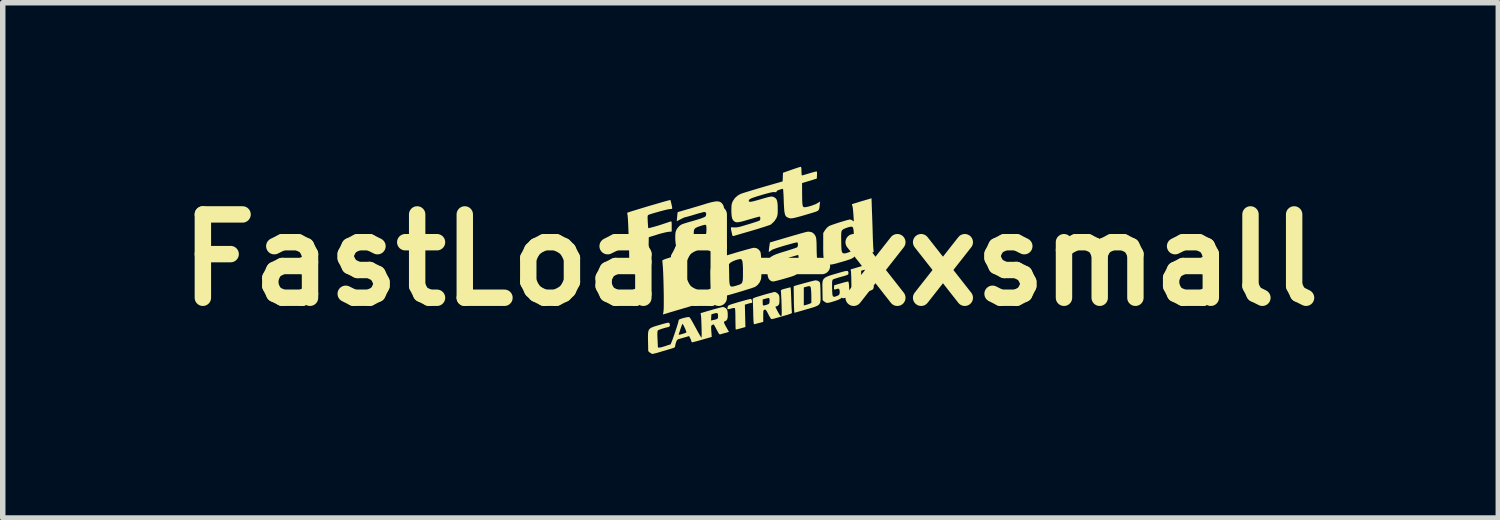
<source format=kicad_pcb>
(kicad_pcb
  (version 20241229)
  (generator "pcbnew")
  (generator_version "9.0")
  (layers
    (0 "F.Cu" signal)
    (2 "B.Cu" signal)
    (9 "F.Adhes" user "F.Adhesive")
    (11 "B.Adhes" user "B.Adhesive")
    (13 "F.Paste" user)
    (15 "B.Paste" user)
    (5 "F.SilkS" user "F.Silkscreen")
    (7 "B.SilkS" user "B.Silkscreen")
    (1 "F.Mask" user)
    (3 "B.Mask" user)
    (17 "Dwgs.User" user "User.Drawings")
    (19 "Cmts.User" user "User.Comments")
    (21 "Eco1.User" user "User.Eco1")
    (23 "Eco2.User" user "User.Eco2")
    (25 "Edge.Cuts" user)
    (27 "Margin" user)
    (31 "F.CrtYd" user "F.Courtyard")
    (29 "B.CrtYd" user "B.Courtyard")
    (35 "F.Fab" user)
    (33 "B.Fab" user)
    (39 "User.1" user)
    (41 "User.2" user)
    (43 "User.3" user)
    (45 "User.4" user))
  (footprint "FastLoad-xxsmall"
    (layer "F.Cu")
    (at 10.675 1.706)
    (property "Reference" "FastLoad-xxsmall" (at 0 0 0) (layer "F.SilkS") (effects (font (size 1.524 1.524) (thickness 0.3))))
    (attr board_only exclude_from_pos_files exclude_from_bom)
    (fp_poly (pts (xy 0.017 0.719) (xy 0.025 0.734) (xy 0.031 0.765) (xy 0.027 0.781) (xy 0.018 0.784) (xy 0.000167 0.787) (xy -0.03 0.794) (xy -0.049 0.8) (xy -0.103 0.816) (xy -0.093 1.225) (xy -0.177 1.248) (xy -0.217 1.259) (xy -0.249 1.267) (xy -0.267 1.271) (xy -0.269 1.272) (xy -0.271 1.262) (xy -0.273 1.234) (xy -0.274 1.191) (xy -0.275 1.138) (xy -0.276 1.083) (xy -0.276 1.022) (xy -0.277 0.967) (xy -0.279 0.923) (xy -0.282 0.894) (xy -0.284 0.882) (xy -0.294 0.876) (xy -0.313 0.877) (xy -0.347 0.885) (xy -0.353 0.887) (xy -0.386 0.895) (xy -0.411 0.898) (xy -0.42 0.897) (xy -0.422 0.883) (xy -0.418 0.859) (xy -0.418 0.857) (xy -0.414 0.846) (xy -0.408 0.836) (xy -0.396 0.827) (xy -0.378 0.819) (xy -0.348 0.808) (xy -0.305 0.795) (xy -0.246 0.777) (xy -0.212 0.767) (xy -0.15 0.75) (xy -0.094 0.734) (xy -0.048 0.722) (xy -0.015 0.714) (xy 0.001 0.71) (xy 0.001 0.71)) (stroke (width 0) (type solid)) (fill yes) (layer "F.SilkS"))
    (fp_poly (pts (xy 1.226 0.377) (xy 1.252 0.391) (xy 1.261 0.399) (xy 1.268 0.409) (xy 1.272 0.423) (xy 1.275 0.446) (xy 1.277 0.48) (xy 1.279 0.529) (xy 1.28 0.595) (xy 1.28 0.596) (xy 1.282 0.665) (xy 1.282 0.719) (xy 1.278 0.76) (xy 1.269 0.791) (xy 1.252 0.815) (xy 1.225 0.834) (xy 1.185 0.852) (xy 1.13 0.87) (xy 1.059 0.891) (xy 1.022 0.901) (xy 0.959 0.92) (xy 0.902 0.936) (xy 0.855 0.95) (xy 0.822 0.959) (xy 0.805 0.964) (xy 0.803 0.964) (xy 0.801 0.954) (xy 0.799 0.926) (xy 0.797 0.882) (xy 0.795 0.829) (xy 0.975 0.829) (xy 1.006 0.823) (xy 1.038 0.814) (xy 1.073 0.802) (xy 1.075 0.801) (xy 1.113 0.785) (xy 1.113 0.68) (xy 1.112 0.629) (xy 1.11 0.579) (xy 1.107 0.539) (xy 1.106 0.526) (xy 1.1 0.496) (xy 1.089 0.48) (xy 1.069 0.477) (xy 1.035 0.484) (xy 1.016 0.489) (xy 0.975 0.501) (xy 0.975 0.829) (xy 0.795 0.829) (xy 0.795 0.826) (xy 0.793 0.761) (xy 0.793 0.723) (xy 0.792 0.654) (xy 0.791 0.593) (xy 0.79 0.542) (xy 0.79 0.504) (xy 0.79 0.483) (xy 0.79 0.48) (xy 0.8 0.475) (xy 0.827 0.466) (xy 0.867 0.455) (xy 0.916 0.441) (xy 0.97 0.426) (xy 1.026 0.411) (xy 1.079 0.397) (xy 1.126 0.385) (xy 1.164 0.376) (xy 1.188 0.371) (xy 1.193 0.371)) (stroke (width 0) (type solid)) (fill yes) (layer "F.SilkS"))
    (fp_poly (pts (xy -1.226 -0.111) (xy -1.228 -0.091) (xy -1.231 -0.077) (xy -1.233 -0.059) (xy -1.235 -0.024) (xy -1.236 0.026) (xy -1.236 0.088) (xy -1.236 0.159) (xy -1.236 0.236) (xy -1.235 0.315) (xy -1.234 0.395) (xy -1.233 0.472) (xy -1.232 0.543) (xy -1.23 0.605) (xy -1.228 0.656) (xy -1.226 0.692) (xy -1.224 0.71) (xy -1.223 0.711) (xy -1.211 0.712) (xy -1.183 0.707) (xy -1.142 0.697) (xy -1.092 0.683) (xy -1.038 0.666) (xy -0.981 0.648) (xy -0.927 0.63) (xy -0.879 0.612) (xy -0.841 0.597) (xy -0.816 0.584) (xy -0.811 0.581) (xy -0.781 0.557) (xy -0.788 0.635) (xy -0.791 0.673) (xy -0.794 0.702) (xy -0.8 0.725) (xy -0.81 0.743) (xy -0.827 0.757) (xy -0.854 0.771) (xy -0.893 0.785) (xy -0.946 0.801) (xy -1.017 0.821) (xy -1.047 0.83) (xy -1.127 0.854) (xy -1.212 0.879) (xy -1.295 0.904) (xy -1.371 0.926) (xy -1.433 0.945) (xy -1.445 0.948) (xy -1.602 0.995) (xy -1.593 0.956) (xy -1.59 0.929) (xy -1.587 0.884) (xy -1.586 0.823) (xy -1.586 0.751) (xy -1.586 0.669) (xy -1.587 0.581) (xy -1.589 0.489) (xy -1.591 0.397) (xy -1.594 0.308) (xy -1.597 0.224) (xy -1.601 0.149) (xy -1.606 0.085) (xy -1.61 0.036) (xy -1.613 0.017) (xy -1.612 0.009) (xy -1.604 0.001) (xy -1.587 -0.008) (xy -1.558 -0.019) (xy -1.515 -0.033) (xy -1.455 -0.052) (xy -1.431 -0.059) (xy -1.371 -0.077) (xy -1.318 -0.093) (xy -1.274 -0.105) (xy -1.245 -0.113) (xy -1.233 -0.116)) (stroke (width 0) (type solid)) (fill yes) (layer "F.SilkS"))
    (fp_poly (pts (xy 2.231 0.056) (xy 2.235 0.067) (xy 2.24 0.091) (xy 2.241 0.095) (xy 2.248 0.132) (xy 2.024 0.195) (xy 2.024 0.257) (xy 2.025 0.29) (xy 2.028 0.312) (xy 2.032 0.318) (xy 2.045 0.315) (xy 2.073 0.307) (xy 2.111 0.296) (xy 2.125 0.292) (xy 2.173 0.277) (xy 2.205 0.269) (xy 2.224 0.268) (xy 2.233 0.274) (xy 2.236 0.288) (xy 2.236 0.301) (xy 2.235 0.322) (xy 2.228 0.335) (xy 2.211 0.344) (xy 2.179 0.354) (xy 2.175 0.355) (xy 2.118 0.371) (xy 2.078 0.383) (xy 2.052 0.393) (xy 2.037 0.404) (xy 2.03 0.417) (xy 2.027 0.435) (xy 2.026 0.459) (xy 2.025 0.488) (xy 2.027 0.506) (xy 2.035 0.516) (xy 2.053 0.517) (xy 2.085 0.511) (xy 2.132 0.498) (xy 2.153 0.492) (xy 2.195 0.481) (xy 2.229 0.473) (xy 2.25 0.47) (xy 2.255 0.471) (xy 2.256 0.484) (xy 2.251 0.508) (xy 2.25 0.511) (xy 2.246 0.524) (xy 2.24 0.534) (xy 2.228 0.543) (xy 2.208 0.553) (xy 2.177 0.564) (xy 2.131 0.578) (xy 2.071 0.595) (xy 2.013 0.613) (xy 1.959 0.628) (xy 1.916 0.641) (xy 1.885 0.649) (xy 1.875 0.652) (xy 1.847 0.658) (xy 1.845 0.448) (xy 1.844 0.381) (xy 1.843 0.32) (xy 1.841 0.267) (xy 1.839 0.228) (xy 1.837 0.206) (xy 1.837 0.205) (xy 1.831 0.171) (xy 1.909 0.148) (xy 1.952 0.135) (xy 2.008 0.119) (xy 2.067 0.101) (xy 2.108 0.089) (xy 2.155 0.075) (xy 2.194 0.064) (xy 2.221 0.057) (xy 2.231 0.056)) (stroke (width 0) (type solid)) (fill yes) (layer "F.SilkS"))
    (fp_poly (pts (xy 1.784 0.207) (xy 1.79 0.223) (xy 1.791 0.244) (xy 1.789 0.255) (xy 1.784 0.264) (xy 1.77 0.272) (xy 1.745 0.281) (xy 1.706 0.293) (xy 1.658 0.306) (xy 1.607 0.321) (xy 1.562 0.335) (xy 1.528 0.346) (xy 1.509 0.355) (xy 1.508 0.355) (xy 1.501 0.363) (xy 1.496 0.377) (xy 1.493 0.399) (xy 1.492 0.435) (xy 1.492 0.486) (xy 1.493 0.51) (xy 1.494 0.575) (xy 1.497 0.621) (xy 1.503 0.651) (xy 1.513 0.667) (xy 1.527 0.672) (xy 1.548 0.669) (xy 1.568 0.662) (xy 1.604 0.647) (xy 1.623 0.631) (xy 1.631 0.606) (xy 1.632 0.583) (xy 1.628 0.546) (xy 1.618 0.527) (xy 1.597 0.523) (xy 1.578 0.528) (xy 1.548 0.538) (xy 1.532 0.537) (xy 1.527 0.523) (xy 1.528 0.501) (xy 1.531 0.461) (xy 1.648 0.427) (xy 1.696 0.413) (xy 1.737 0.402) (xy 1.768 0.395) (xy 1.781 0.393) (xy 1.789 0.395) (xy 1.794 0.406) (xy 1.798 0.428) (xy 1.802 0.465) (xy 1.805 0.519) (xy 1.805 0.525) (xy 1.808 0.577) (xy 1.809 0.62) (xy 1.808 0.652) (xy 1.807 0.667) (xy 1.807 0.668) (xy 1.794 0.675) (xy 1.767 0.684) (xy 1.741 0.69) (xy 1.705 0.697) (xy 1.685 0.698) (xy 1.677 0.692) (xy 1.677 0.691) (xy 1.668 0.687) (xy 1.655 0.7) (xy 1.638 0.711) (xy 1.606 0.726) (xy 1.564 0.742) (xy 1.517 0.757) (xy 1.471 0.771) (xy 1.431 0.78) (xy 1.403 0.784) (xy 1.402 0.784) (xy 1.379 0.777) (xy 1.352 0.761) (xy 1.349 0.759) (xy 1.319 0.733) (xy 1.316 0.554) (xy 1.315 0.491) (xy 1.314 0.441) (xy 1.317 0.401) (xy 1.325 0.369) (xy 1.339 0.344) (xy 1.363 0.322) (xy 1.397 0.304) (xy 1.444 0.285) (xy 1.506 0.266) (xy 1.585 0.243) (xy 1.657 0.222) (xy 1.711 0.207) (xy 1.748 0.2) (xy 1.772 0.199)) (stroke (width 0) (type solid)) (fill yes) (layer "F.SilkS"))
    (fp_poly (pts (xy 0.112 -0.217) (xy 0.152 -0.191) (xy 0.18 -0.153) (xy 0.186 -0.131) (xy 0.191 -0.091) (xy 0.195 -0.039) (xy 0.198 0.022) (xy 0.2 0.088) (xy 0.201 0.156) (xy 0.201 0.22) (xy 0.199 0.277) (xy 0.196 0.323) (xy 0.191 0.354) (xy 0.19 0.356) (xy 0.168 0.407) (xy 0.133 0.453) (xy 0.091 0.486) (xy 0.082 0.491) (xy 0.058 0.5) (xy 0.016 0.515) (xy -0.038 0.532) (xy -0.103 0.552) (xy -0.174 0.574) (xy -0.248 0.596) (xy -0.323 0.618) (xy -0.394 0.638) (xy -0.458 0.656) (xy -0.512 0.67) (xy -0.553 0.68) (xy -0.577 0.684) (xy -0.578 0.684) (xy -0.63 0.683) (xy -0.658 0.673) (xy -0.678 0.659) (xy -0.694 0.638) (xy -0.706 0.608) (xy -0.714 0.567) (xy -0.721 0.511) (xy -0.725 0.439) (xy -0.728 0.371) (xy -0.73 0.298) (xy -0.731 0.243) (xy -0.73 0.201) (xy -0.728 0.17) (xy -0.723 0.145) (xy -0.717 0.122) (xy -0.717 0.121) (xy -0.696 0.075) (xy -0.394 0.075) (xy -0.39 0.264) (xy -0.389 0.341) (xy -0.386 0.4) (xy -0.381 0.441) (xy -0.372 0.468) (xy -0.358 0.482) (xy -0.337 0.486) (xy -0.308 0.481) (xy -0.269 0.471) (xy -0.255 0.466) (xy -0.215 0.454) (xy -0.185 0.442) (xy -0.164 0.428) (xy -0.151 0.407) (xy -0.143 0.377) (xy -0.139 0.335) (xy -0.138 0.277) (xy -0.138 0.223) (xy -0.138 0.144) (xy -0.141 0.085) (xy -0.145 0.041) (xy -0.151 0.012) (xy -0.161 -0.007) (xy -0.173 -0.017) (xy -0.175 -0.017) (xy -0.196 -0.018) (xy -0.23 -0.011) (xy -0.271 0.001) (xy -0.311 0.017) (xy -0.346 0.034) (xy -0.368 0.049) (xy -0.394 0.075) (xy -0.696 0.075) (xy -0.692 0.067) (xy -0.657 0.019) (xy -0.618 -0.018) (xy -0.602 -0.027) (xy -0.581 -0.036) (xy -0.542 -0.05) (xy -0.49 -0.067) (xy -0.428 -0.087) (xy -0.359 -0.108) (xy -0.285 -0.13) (xy -0.211 -0.152) (xy -0.14 -0.172) (xy -0.074 -0.191) (xy -0.017 -0.206) (xy 0.027 -0.218) (xy 0.057 -0.224) (xy 0.065 -0.225)) (stroke (width 0) (type solid)) (fill yes) (layer "F.SilkS"))
    (fp_poly (pts (xy -1.466 -1.099) (xy -1.461 -1.086) (xy -1.454 -1.059) (xy -1.446 -1.025) (xy -1.438 -0.99) (xy -1.433 -0.961) (xy -1.431 -0.946) (xy -1.44 -0.936) (xy -1.468 -0.933) (xy -1.473 -0.932) (xy -1.495 -0.93) (xy -1.533 -0.922) (xy -1.582 -0.91) (xy -1.639 -0.895) (xy -1.697 -0.879) (xy -1.754 -0.863) (xy -1.804 -0.848) (xy -1.843 -0.835) (xy -1.866 -0.826) (xy -1.867 -0.825) (xy -1.875 -0.819) (xy -1.88 -0.807) (xy -1.882 -0.785) (xy -1.881 -0.75) (xy -1.879 -0.702) (xy -1.876 -0.655) (xy -1.873 -0.617) (xy -1.871 -0.592) (xy -1.869 -0.584) (xy -1.858 -0.585) (xy -1.829 -0.591) (xy -1.788 -0.602) (xy -1.737 -0.616) (xy -1.68 -0.633) (xy -1.621 -0.652) (xy -1.589 -0.663) (xy -1.543 -0.678) (xy -1.502 -0.692) (xy -1.472 -0.702) (xy -1.46 -0.706) (xy -1.451 -0.707) (xy -1.445 -0.701) (xy -1.442 -0.683) (xy -1.441 -0.65) (xy -1.441 -0.617) (xy -1.441 -0.522) (xy -1.502 -0.516) (xy -1.535 -0.511) (xy -1.582 -0.5) (xy -1.638 -0.486) (xy -1.697 -0.469) (xy -1.711 -0.464) (xy -1.86 -0.418) (xy -1.863 -0.265) (xy -1.863 -0.193) (xy -1.862 -0.136) (xy -1.858 -0.09) (xy -1.851 -0.049) (xy -1.843 -0.011) (xy -1.847 -0.002) (xy -1.865 0.009) (xy -1.9 0.022) (xy -1.953 0.039) (xy -1.955 0.04) (xy -2.013 0.057) (xy -2.073 0.076) (xy -2.127 0.092) (xy -2.154 0.1) (xy -2.236 0.125) (xy -2.23 0.097) (xy -2.223 0.07) (xy -2.219 0.054) (xy -2.218 0.038) (xy -2.217 0.005) (xy -2.218 -0.045) (xy -2.219 -0.107) (xy -2.22 -0.179) (xy -2.222 -0.258) (xy -2.225 -0.341) (xy -2.228 -0.425) (xy -2.231 -0.508) (xy -2.234 -0.587) (xy -2.237 -0.658) (xy -2.24 -0.72) (xy -2.243 -0.769) (xy -2.246 -0.802) (xy -2.247 -0.815) (xy -2.253 -0.843) (xy -2.254 -0.862) (xy -2.253 -0.865) (xy -2.242 -0.87) (xy -2.213 -0.88) (xy -2.169 -0.894) (xy -2.113 -0.911) (xy -2.047 -0.931) (xy -1.975 -0.953) (xy -1.899 -0.976) (xy -1.822 -0.999) (xy -1.745 -1.021) (xy -1.673 -1.042) (xy -1.608 -1.061) (xy -1.551 -1.077) (xy -1.507 -1.089) (xy -1.478 -1.096) (xy -1.466 -1.099)) (stroke (width 0) (type solid)) (fill yes) (layer "F.SilkS"))
    (fp_poly (pts (xy 2.219 -0.96) (xy 2.221 -0.902) (xy 2.224 -0.827) (xy 2.227 -0.742) (xy 2.23 -0.651) (xy 2.233 -0.559) (xy 2.235 -0.487) (xy 2.237 -0.409) (xy 2.24 -0.336) (xy 2.243 -0.272) (xy 2.246 -0.22) (xy 2.249 -0.184) (xy 2.251 -0.165) (xy 2.251 -0.163) (xy 2.253 -0.154) (xy 2.248 -0.147) (xy 2.236 -0.138) (xy 2.211 -0.129) (xy 2.173 -0.116) (xy 2.117 -0.099) (xy 2.111 -0.097) (xy 2.058 -0.081) (xy 2.012 -0.068) (xy 1.976 -0.059) (xy 1.956 -0.053) (xy 1.953 -0.053) (xy 1.942 -0.062) (xy 1.936 -0.076) (xy 1.931 -0.089) (xy 1.924 -0.089) (xy 1.91 -0.075) (xy 1.902 -0.066) (xy 1.889 -0.051) (xy 1.872 -0.039) (xy 1.851 -0.027) (xy 1.82 -0.014) (xy 1.778 0.000228) (xy 1.722 0.018) (xy 1.649 0.039) (xy 1.638 0.042) (xy 1.569 0.062) (xy 1.516 0.075) (xy 1.476 0.082) (xy 1.445 0.083) (xy 1.421 0.078) (xy 1.399 0.069) (xy 1.393 0.065) (xy 1.374 0.052) (xy 1.359 0.036) (xy 1.348 0.015) (xy 1.34 -0.013) (xy 1.335 -0.051) (xy 1.332 -0.103) (xy 1.33 -0.171) (xy 1.33 -0.256) (xy 1.33 -0.431) (xy 1.658 -0.431) (xy 1.659 -0.375) (xy 1.66 -0.302) (xy 1.661 -0.252) (xy 1.664 -0.193) (xy 1.671 -0.153) (xy 1.685 -0.129) (xy 1.709 -0.121) (xy 1.745 -0.125) (xy 1.797 -0.142) (xy 1.819 -0.15) (xy 1.846 -0.161) (xy 1.867 -0.174) (xy 1.881 -0.192) (xy 1.89 -0.217) (xy 1.895 -0.252) (xy 1.896 -0.301) (xy 1.894 -0.366) (xy 1.893 -0.411) (xy 1.889 -0.484) (xy 1.886 -0.537) (xy 1.88 -0.574) (xy 1.872 -0.598) (xy 1.859 -0.609) (xy 1.84 -0.611) (xy 1.814 -0.607) (xy 1.785 -0.599) (xy 1.744 -0.585) (xy 1.708 -0.569) (xy 1.686 -0.556) (xy 1.677 -0.547) (xy 1.67 -0.537) (xy 1.664 -0.523) (xy 1.661 -0.502) (xy 1.659 -0.472) (xy 1.658 -0.431) (xy 1.33 -0.431) (xy 1.33 -0.494) (xy 1.362 -0.546) (xy 1.395 -0.588) (xy 1.432 -0.619) (xy 1.436 -0.622) (xy 1.46 -0.632) (xy 1.498 -0.646) (xy 1.547 -0.663) (xy 1.602 -0.681) (xy 1.659 -0.699) (xy 1.713 -0.715) (xy 1.761 -0.729) (xy 1.798 -0.738) (xy 1.819 -0.742) (xy 1.82 -0.742) (xy 1.843 -0.736) (xy 1.864 -0.724) (xy 1.89 -0.706) (xy 1.882 -0.836) (xy 1.878 -0.888) (xy 1.873 -0.935) (xy 1.868 -0.971) (xy 1.863 -0.991) (xy 1.856 -1.011) (xy 1.855 -1.021) (xy 1.866 -1.025) (xy 1.894 -1.034) (xy 1.936 -1.047) (xy 1.988 -1.063) (xy 2.036 -1.078) (xy 2.213 -1.13)) (stroke (width 0) (type solid)) (fill yes) (layer "F.SilkS"))
    (fp_poly (pts (xy 0.734 0.508) (xy 0.737 0.536) (xy 0.74 0.579) (xy 0.742 0.634) (xy 0.745 0.698) (xy 0.745 0.719) (xy 0.748 0.787) (xy 0.75 0.847) (xy 0.753 0.898) (xy 0.755 0.935) (xy 0.758 0.955) (xy 0.758 0.957) (xy 0.756 0.969) (xy 0.737 0.98) (xy 0.713 0.989) (xy 0.676 1.001) (xy 0.629 1.015) (xy 0.576 1.03) (xy 0.523 1.045) (xy 0.473 1.059) (xy 0.43 1.071) (xy 0.399 1.078) (xy 0.385 1.081) (xy 0.374 1.072) (xy 0.357 1.048) (xy 0.338 1.015) (xy 0.333 1.004) (xy 0.31 0.959) (xy 0.293 0.93) (xy 0.281 0.913) (xy 0.27 0.907) (xy 0.258 0.907) (xy 0.254 0.908) (xy 0.245 0.913) (xy 0.238 0.922) (xy 0.235 0.941) (xy 0.233 0.972) (xy 0.233 1.021) (xy 0.233 1.131) (xy 0.167 1.148) (xy 0.128 1.158) (xy 0.096 1.167) (xy 0.078 1.172) (xy 0.071 1.173) (xy 0.065 1.171) (xy 0.061 1.163) (xy 0.058 1.147) (xy 0.055 1.119) (xy 0.053 1.077) (xy 0.051 1.019) (xy 0.05 0.957) (xy 0.048 0.89) (xy 0.046 0.829) (xy 0.044 0.778) (xy 0.043 0.772) (xy 0.223 0.772) (xy 0.224 0.803) (xy 0.227 0.824) (xy 0.229 0.829) (xy 0.242 0.83) (xy 0.267 0.826) (xy 0.298 0.817) (xy 0.325 0.807) (xy 0.331 0.804) (xy 0.344 0.789) (xy 0.349 0.759) (xy 0.35 0.747) (xy 0.348 0.718) (xy 0.343 0.698) (xy 0.34 0.695) (xy 0.326 0.694) (xy 0.298 0.7) (xy 0.277 0.705) (xy 0.223 0.721) (xy 0.223 0.772) (xy 0.043 0.772) (xy 0.042 0.74) (xy 0.041 0.719) (xy 0.04 0.716) (xy 0.041 0.709) (xy 0.049 0.701) (xy 0.066 0.692) (xy 0.094 0.681) (xy 0.136 0.668) (xy 0.196 0.65) (xy 0.228 0.64) (xy 0.29 0.622) (xy 0.346 0.607) (xy 0.393 0.595) (xy 0.426 0.586) (xy 0.443 0.583) (xy 0.467 0.59) (xy 0.493 0.609) (xy 0.499 0.614) (xy 0.515 0.631) (xy 0.524 0.649) (xy 0.528 0.672) (xy 0.53 0.708) (xy 0.53 0.725) (xy 0.529 0.769) (xy 0.525 0.798) (xy 0.517 0.816) (xy 0.509 0.827) (xy 0.488 0.842) (xy 0.472 0.848) (xy 0.457 0.851) (xy 0.456 0.853) (xy 0.46 0.867) (xy 0.473 0.893) (xy 0.49 0.926) (xy 0.508 0.959) (xy 0.524 0.987) (xy 0.532 0.999) (xy 0.546 1.017) (xy 0.556 1.026) (xy 0.564 1.024) (xy 0.569 1.01) (xy 0.571 0.98) (xy 0.571 0.935) (xy 0.57 0.872) (xy 0.568 0.808) (xy 0.566 0.741) (xy 0.563 0.68) (xy 0.56 0.628) (xy 0.558 0.59) (xy 0.556 0.569) (xy 0.555 0.567) (xy 0.555 0.556) (xy 0.563 0.547) (xy 0.582 0.538) (xy 0.617 0.527) (xy 0.638 0.522) (xy 0.678 0.511) (xy 0.711 0.503) (xy 0.73 0.498) (xy 0.732 0.498)) (stroke (width 0) (type solid)) (fill yes) (layer "F.SilkS"))
    (fp_poly (pts (xy 1.119 -0.51) (xy 1.16 -0.482) (xy 1.187 -0.442) (xy 1.196 -0.42) (xy 1.202 -0.394) (xy 1.205 -0.36) (xy 1.208 -0.313) (xy 1.209 -0.25) (xy 1.209 -0.244) (xy 1.21 -0.165) (xy 1.213 -0.088) (xy 1.217 -0.017) (xy 1.221 0.045) (xy 1.227 0.095) (xy 1.232 0.127) (xy 1.234 0.133) (xy 1.235 0.143) (xy 1.231 0.151) (xy 1.218 0.159) (xy 1.193 0.168) (xy 1.153 0.181) (xy 1.105 0.195) (xy 1.052 0.211) (xy 1.004 0.225) (xy 0.966 0.236) (xy 0.942 0.243) (xy 0.94 0.244) (xy 0.92 0.248) (xy 0.911 0.246) (xy 0.906 0.231) (xy 0.902 0.225) (xy 0.893 0.22) (xy 0.876 0.229) (xy 0.857 0.246) (xy 0.842 0.26) (xy 0.823 0.272) (xy 0.799 0.284) (xy 0.764 0.297) (xy 0.716 0.312) (xy 0.652 0.331) (xy 0.63 0.337) (xy 0.568 0.355) (xy 0.512 0.37) (xy 0.464 0.382) (xy 0.43 0.39) (xy 0.412 0.392) (xy 0.384 0.386) (xy 0.357 0.37) (xy 0.337 0.349) (xy 0.323 0.319) (xy 0.313 0.278) (xy 0.309 0.221) (xy 0.307 0.156) (xy 0.309 0.094) (xy 0.313 0.056) (xy 0.644 0.056) (xy 0.645 0.075) (xy 0.647 0.126) (xy 0.655 0.159) (xy 0.671 0.175) (xy 0.698 0.179) (xy 0.738 0.171) (xy 0.747 0.168) (xy 0.807 0.148) (xy 0.846 0.125) (xy 0.867 0.1) (xy 0.873 0.077) (xy 0.877 0.04) (xy 0.879 -0.004) (xy 0.88 -0.012) (xy 0.879 -0.054) (xy 0.877 -0.079) (xy 0.873 -0.09) (xy 0.865 -0.092) (xy 0.861 -0.091) (xy 0.842 -0.086) (xy 0.81 -0.076) (xy 0.77 -0.065) (xy 0.763 -0.063) (xy 0.711 -0.047) (xy 0.677 -0.03) (xy 0.657 -0.011) (xy 0.647 0.017) (xy 0.644 0.056) (xy 0.313 0.056) (xy 0.314 0.044) (xy 0.325 0.003) (xy 0.345 -0.031) (xy 0.375 -0.059) (xy 0.417 -0.084) (xy 0.474 -0.109) (xy 0.548 -0.134) (xy 0.631 -0.159) (xy 0.695 -0.179) (xy 0.752 -0.197) (xy 0.8 -0.213) (xy 0.834 -0.225) (xy 0.852 -0.233) (xy 0.854 -0.234) (xy 0.864 -0.252) (xy 0.868 -0.279) (xy 0.866 -0.305) (xy 0.858 -0.322) (xy 0.855 -0.324) (xy 0.841 -0.322) (xy 0.811 -0.316) (xy 0.768 -0.305) (xy 0.715 -0.29) (xy 0.657 -0.274) (xy 0.598 -0.257) (xy 0.54 -0.239) (xy 0.488 -0.223) (xy 0.446 -0.208) (xy 0.416 -0.197) (xy 0.408 -0.194) (xy 0.38 -0.177) (xy 0.358 -0.161) (xy 0.342 -0.15) (xy 0.335 -0.149) (xy 0.334 -0.161) (xy 0.337 -0.189) (xy 0.341 -0.226) (xy 0.343 -0.238) (xy 0.355 -0.322) (xy 0.62 -0.4) (xy 0.722 -0.43) (xy 0.806 -0.454) (xy 0.873 -0.473) (xy 0.927 -0.489) (xy 0.968 -0.5) (xy 0.998 -0.508) (xy 1.021 -0.514) (xy 1.038 -0.517) (xy 1.05 -0.519) (xy 1.061 -0.519) (xy 1.068 -0.519)) (stroke (width 0) (type solid)) (fill yes) (layer "F.SilkS"))
    (fp_poly (pts (xy -0.579 -1.071) (xy -0.55 -1.06) (xy -0.535 -1.049) (xy -0.519 -1.033) (xy -0.506 -1.016) (xy -0.496 -0.997) (xy -0.488 -0.972) (xy -0.483 -0.938) (xy -0.479 -0.892) (xy -0.476 -0.833) (xy -0.473 -0.756) (xy -0.472 -0.716) (xy -0.469 -0.643) (xy -0.466 -0.577) (xy -0.463 -0.519) (xy -0.46 -0.474) (xy -0.456 -0.445) (xy -0.454 -0.436) (xy -0.448 -0.416) (xy -0.447 -0.407) (xy -0.459 -0.403) (xy -0.486 -0.394) (xy -0.525 -0.382) (xy -0.571 -0.368) (xy -0.618 -0.354) (xy -0.663 -0.341) (xy -0.702 -0.331) (xy -0.728 -0.324) (xy -0.734 -0.323) (xy -0.761 -0.32) (xy -0.774 -0.325) (xy -0.782 -0.339) (xy -0.791 -0.363) (xy -0.809 -0.335) (xy -0.821 -0.318) (xy -0.836 -0.304) (xy -0.857 -0.291) (xy -0.886 -0.278) (xy -0.927 -0.263) (xy -0.982 -0.246) (xy -1.055 -0.224) (xy -1.059 -0.223) (xy -1.13 -0.203) (xy -1.185 -0.188) (xy -1.225 -0.178) (xy -1.254 -0.173) (xy -1.276 -0.172) (xy -1.293 -0.175) (xy -1.308 -0.182) (xy -1.315 -0.185) (xy -1.336 -0.202) (xy -1.352 -0.226) (xy -1.363 -0.262) (xy -1.37 -0.312) (xy -1.375 -0.371) (xy -1.376 -0.44) (xy -1.374 -0.483) (xy -1.038 -0.483) (xy -1.037 -0.434) (xy -1.029 -0.402) (xy -1.013 -0.386) (xy -0.985 -0.383) (xy -0.942 -0.391) (xy -0.913 -0.398) (xy -0.866 -0.414) (xy -0.835 -0.434) (xy -0.817 -0.462) (xy -0.808 -0.503) (xy -0.805 -0.557) (xy -0.806 -0.601) (xy -0.809 -0.629) (xy -0.818 -0.643) (xy -0.838 -0.645) (xy -0.87 -0.637) (xy -0.919 -0.622) (xy -0.97 -0.604) (xy -1.004 -0.587) (xy -1.025 -0.567) (xy -1.035 -0.539) (xy -1.038 -0.501) (xy -1.038 -0.483) (xy -1.374 -0.483) (xy -1.373 -0.493) (xy -1.363 -0.534) (xy -1.346 -0.569) (xy -1.322 -0.6) (xy -1.302 -0.621) (xy -1.283 -0.637) (xy -1.26 -0.651) (xy -1.229 -0.663) (xy -1.185 -0.677) (xy -1.14 -0.691) (xy -1.051 -0.716) (xy -0.98 -0.737) (xy -0.925 -0.754) (xy -0.885 -0.768) (xy -0.856 -0.78) (xy -0.836 -0.789) (xy -0.824 -0.799) (xy -0.817 -0.808) (xy -0.815 -0.813) (xy -0.809 -0.846) (xy -0.817 -0.869) (xy -0.839 -0.879) (xy -0.842 -0.88) (xy -0.86 -0.877) (xy -0.895 -0.868) (xy -0.941 -0.856) (xy -0.995 -0.84) (xy -1.023 -0.832) (xy -1.078 -0.815) (xy -1.127 -0.801) (xy -1.164 -0.791) (xy -1.188 -0.785) (xy -1.193 -0.784) (xy -1.208 -0.78) (xy -1.237 -0.767) (xy -1.272 -0.75) (xy -1.278 -0.747) (xy -1.349 -0.71) (xy -1.341 -0.792) (xy -1.338 -0.831) (xy -1.334 -0.86) (xy -1.332 -0.875) (xy -1.332 -0.875) (xy -1.322 -0.879) (xy -1.294 -0.887) (xy -1.253 -0.899) (xy -1.2 -0.915) (xy -1.141 -0.932) (xy -1.139 -0.932) (xy -1.066 -0.954) (xy -0.988 -0.977) (xy -0.911 -1) (xy -0.844 -1.02) (xy -0.811 -1.031) (xy -0.73 -1.054) (xy -0.667 -1.068) (xy -0.617 -1.074)) (stroke (width 0) (type solid)) (fill yes) (layer "F.SilkS"))
    (fp_poly (pts (xy 0.927 -1.698) (xy 0.931 -1.674) (xy 0.932 -1.631) (xy 0.932 -1.627) (xy 0.933 -1.589) (xy 0.936 -1.561) (xy 0.94 -1.548) (xy 0.94 -1.547) (xy 0.953 -1.55) (xy 0.982 -1.558) (xy 1.022 -1.57) (xy 1.07 -1.584) (xy 1.07 -1.584) (xy 1.119 -1.599) (xy 1.161 -1.61) (xy 1.191 -1.618) (xy 1.206 -1.621) (xy 1.214 -1.615) (xy 1.217 -1.594) (xy 1.216 -1.556) (xy 1.213 -1.491) (xy 1.155 -1.472) (xy 1.114 -1.459) (xy 1.063 -1.444) (xy 1.02 -1.431) (xy 0.943 -1.408) (xy 0.944 -1.216) (xy 0.945 -1.137) (xy 0.946 -1.077) (xy 0.949 -1.033) (xy 0.953 -1.002) (xy 0.959 -0.983) (xy 0.968 -0.972) (xy 0.979 -0.967) (xy 0.983 -0.966) (xy 1.011 -0.968) (xy 1.052 -0.976) (xy 1.1 -0.989) (xy 1.149 -1.006) (xy 1.193 -1.023) (xy 1.224 -1.04) (xy 1.273 -1.07) (xy 1.265 -1.004) (xy 1.261 -0.964) (xy 1.255 -0.935) (xy 1.245 -0.914) (xy 1.227 -0.899) (xy 1.199 -0.886) (xy 1.156 -0.872) (xy 1.107 -0.857) (xy 1.01 -0.828) (xy 0.931 -0.805) (xy 0.868 -0.788) (xy 0.819 -0.775) (xy 0.78 -0.767) (xy 0.751 -0.763) (xy 0.727 -0.763) (xy 0.708 -0.767) (xy 0.691 -0.773) (xy 0.677 -0.78) (xy 0.658 -0.791) (xy 0.644 -0.806) (xy 0.633 -0.828) (xy 0.625 -0.859) (xy 0.618 -0.901) (xy 0.614 -0.958) (xy 0.61 -1.031) (xy 0.608 -1.085) (xy 0.606 -1.15) (xy 0.603 -1.208) (xy 0.6 -1.254) (xy 0.597 -1.287) (xy 0.594 -1.303) (xy 0.594 -1.303) (xy 0.58 -1.301) (xy 0.554 -1.293) (xy 0.532 -1.287) (xy 0.494 -1.273) (xy 0.478 -1.258) (xy 0.477 -1.254) (xy 0.472 -1.243) (xy 0.456 -1.241) (xy 0.439 -1.243) (xy 0.419 -1.244) (xy 0.389 -1.239) (xy 0.347 -1.23) (xy 0.29 -1.215) (xy 0.216 -1.194) (xy 0.194 -1.187) (xy 0.12 -1.165) (xy 0.064 -1.147) (xy 0.023 -1.132) (xy -0.004 -1.119) (xy -0.021 -1.108) (xy -0.029 -1.096) (xy -0.032 -1.083) (xy -0.032 -1.083) (xy -0.028 -1.072) (xy -0.016 -1.066) (xy 0.006 -1.066) (xy 0.042 -1.073) (xy 0.094 -1.086) (xy 0.162 -1.105) (xy 0.234 -1.126) (xy 0.289 -1.142) (xy 0.331 -1.153) (xy 0.36 -1.159) (xy 0.382 -1.162) (xy 0.399 -1.16) (xy 0.414 -1.157) (xy 0.426 -1.152) (xy 0.454 -1.136) (xy 0.474 -1.113) (xy 0.487 -1.08) (xy 0.495 -1.033) (xy 0.498 -0.97) (xy 0.498 -0.938) (xy 0.498 -0.883) (xy 0.496 -0.844) (xy 0.491 -0.815) (xy 0.484 -0.791) (xy 0.473 -0.766) (xy 0.473 -0.765) (xy 0.433 -0.706) (xy 0.377 -0.654) (xy 0.371 -0.649) (xy 0.355 -0.642) (xy 0.32 -0.63) (xy 0.269 -0.613) (xy 0.202 -0.592) (xy 0.123 -0.567) (xy 0.032 -0.54) (xy -0.068 -0.511) (xy -0.143 -0.489) (xy -0.198 -0.473) (xy -0.246 -0.459) (xy -0.283 -0.448) (xy -0.306 -0.441) (xy -0.31 -0.439) (xy -0.325 -0.44) (xy -0.333 -0.457) (xy -0.346 -0.515) (xy -0.355 -0.555) (xy -0.358 -0.581) (xy -0.355 -0.595) (xy -0.346 -0.6) (xy -0.33 -0.6) (xy -0.31 -0.597) (xy -0.26 -0.597) (xy -0.207 -0.606) (xy -0.201 -0.607) (xy -0.147 -0.622) (xy -0.087 -0.64) (xy -0.027 -0.658) (xy 0.032 -0.676) (xy 0.084 -0.693) (xy 0.127 -0.707) (xy 0.156 -0.718) (xy 0.167 -0.723) (xy 0.177 -0.74) (xy 0.18 -0.763) (xy 0.177 -0.784) (xy 0.167 -0.795) (xy 0.166 -0.795) (xy 0.151 -0.792) (xy 0.12 -0.784) (xy 0.075 -0.772) (xy 0.022 -0.756) (xy -0.028 -0.742) (xy -0.103 -0.72) (xy -0.161 -0.704) (xy -0.205 -0.695) (xy -0.238 -0.691) (xy -0.262 -0.692) (xy -0.282 -0.698) (xy -0.295 -0.706) (xy -0.318 -0.728) (xy -0.334 -0.758) (xy -0.344 -0.801) (xy -0.349 -0.859) (xy -0.35 -0.909) (xy -0.349 -0.962) (xy -0.347 -1) (xy -0.342 -1.029) (xy -0.333 -1.055) (xy -0.322 -1.08) (xy -0.284 -1.135) (xy -0.232 -1.181) (xy -0.18 -1.21) (xy -0.16 -1.217) (xy -0.124 -1.229) (xy -0.073 -1.245) (xy -0.012 -1.263) (xy 0.056 -1.284) (xy 0.129 -1.306) (xy 0.201 -1.327) (xy 0.272 -1.348) (xy 0.336 -1.366) (xy 0.339 -1.367) (xy 0.395 -1.383) (xy 0.45 -1.399) (xy 0.497 -1.412) (xy 0.525 -1.42) (xy 0.588 -1.439) (xy 0.591 -1.517) (xy 0.594 -1.596) (xy 0.75 -1.651) (xy 0.805 -1.67) (xy 0.853 -1.686) (xy 0.89 -1.698) (xy 0.914 -1.705) (xy 0.919 -1.706)) (stroke (width 0) (type solid)) (fill yes) (layer "F.SilkS"))
    (fp_poly (pts (xy -0.477 0.865) (xy -0.451 0.881) (xy -0.45 0.883) (xy -0.434 0.899) (xy -0.425 0.918) (xy -0.419 0.947) (xy -0.416 0.983) (xy -0.416 1.041) (xy -0.425 1.082) (xy -0.445 1.108) (xy -0.466 1.118) (xy -0.48 1.124) (xy -0.485 1.134) (xy -0.482 1.151) (xy -0.469 1.179) (xy -0.447 1.221) (xy -0.44 1.232) (xy -0.394 1.314) (xy -0.454 1.331) (xy -0.492 1.341) (xy -0.527 1.351) (xy -0.542 1.356) (xy -0.556 1.36) (xy -0.567 1.357) (xy -0.578 1.346) (xy -0.592 1.323) (xy -0.612 1.285) (xy -0.62 1.271) (xy -0.641 1.231) (xy -0.658 1.2) (xy -0.67 1.18) (xy -0.674 1.176) (xy -0.687 1.181) (xy -0.702 1.188) (xy -0.712 1.195) (xy -0.717 1.205) (xy -0.72 1.223) (xy -0.719 1.252) (xy -0.717 1.299) (xy -0.716 1.303) (xy -0.709 1.406) (xy -0.882 1.455) (xy -0.94 1.472) (xy -0.991 1.486) (xy -1.032 1.496) (xy -1.059 1.503) (xy -1.068 1.505) (xy -1.079 1.496) (xy -1.081 1.488) (xy -1.085 1.469) (xy -1.097 1.441) (xy -1.102 1.431) (xy -1.123 1.39) (xy -1.189 1.41) (xy -1.233 1.422) (xy -1.275 1.434) (xy -1.3 1.441) (xy -1.328 1.45) (xy -1.344 1.464) (xy -1.356 1.489) (xy -1.361 1.501) (xy -1.371 1.536) (xy -1.377 1.566) (xy -1.378 1.575) (xy -1.38 1.588) (xy -1.391 1.599) (xy -1.414 1.609) (xy -1.453 1.621) (xy -1.454 1.622) (xy -1.497 1.634) (xy -1.552 1.651) (xy -1.612 1.668) (xy -1.652 1.68) (xy -1.701 1.695) (xy -1.744 1.706) (xy -1.776 1.714) (xy -1.792 1.717) (xy -1.812 1.71) (xy -1.837 1.694) (xy -1.841 1.691) (xy -1.87 1.666) (xy -1.874 1.484) (xy -1.875 1.408) (xy -1.874 1.349) (xy -1.869 1.306) (xy -1.857 1.274) (xy -1.835 1.25) (xy -1.802 1.231) (xy -1.754 1.213) (xy -1.69 1.194) (xy -1.653 1.183) (xy -1.591 1.165) (xy -1.547 1.154) (xy -1.517 1.147) (xy -1.498 1.146) (xy -1.487 1.15) (xy -1.481 1.158) (xy -1.479 1.161) (xy -1.473 1.195) (xy -1.483 1.216) (xy -1.502 1.225) (xy -1.551 1.236) (xy -1.599 1.25) (xy -1.643 1.264) (xy -1.676 1.277) (xy -1.695 1.287) (xy -1.696 1.289) (xy -1.701 1.304) (xy -1.703 1.338) (xy -1.703 1.389) (xy -1.7 1.451) (xy -1.693 1.6) (xy -1.664 1.6) (xy -1.64 1.597) (xy -1.604 1.587) (xy -1.563 1.575) (xy -1.557 1.573) (xy -1.518 1.559) (xy -1.486 1.549) (xy -1.467 1.544) (xy -1.465 1.544) (xy -1.458 1.535) (xy -1.447 1.508) (xy -1.431 1.469) (xy -1.413 1.419) (xy -1.394 1.364) (xy -1.393 1.362) (xy -1.313 1.362) (xy -1.308 1.366) (xy -1.293 1.364) (xy -1.262 1.356) (xy -1.241 1.35) (xy -1.208 1.339) (xy -1.182 1.33) (xy -1.173 1.325) (xy -1.174 1.313) (xy -1.182 1.288) (xy -1.195 1.256) (xy -1.211 1.222) (xy -1.226 1.192) (xy -1.238 1.172) (xy -1.244 1.166) (xy -1.249 1.175) (xy -1.259 1.2) (xy -1.272 1.236) (xy -1.278 1.253) (xy -1.291 1.294) (xy -1.303 1.328) (xy -1.31 1.35) (xy -1.311 1.354) (xy -1.313 1.362) (xy -1.393 1.362) (xy -1.374 1.306) (xy -1.355 1.249) (xy -1.339 1.197) (xy -1.325 1.152) (xy -1.317 1.119) (xy -1.314 1.102) (xy -1.309 1.092) (xy -1.292 1.081) (xy -1.26 1.07) (xy -1.223 1.059) (xy -1.167 1.046) (xy -1.131 1.042) (xy -1.116 1.045) (xy -1.106 1.057) (xy -1.088 1.085) (xy -1.065 1.125) (xy -1.037 1.175) (xy -1.006 1.232) (xy -1.003 1.237) (xy -0.973 1.293) (xy -0.945 1.343) (xy -0.922 1.382) (xy -0.906 1.409) (xy -0.897 1.42) (xy -0.897 1.42) (xy -0.895 1.41) (xy -0.894 1.383) (xy -0.893 1.342) (xy -0.894 1.292) (xy -0.895 1.235) (xy -0.897 1.177) (xy -0.899 1.121) (xy -0.9 1.105) (xy -0.722 1.105) (xy -0.683 1.097) (xy -0.649 1.09) (xy -0.62 1.081) (xy -0.619 1.08) (xy -0.603 1.071) (xy -0.595 1.055) (xy -0.593 1.025) (xy -0.593 1.022) (xy -0.596 0.989) (xy -0.605 0.972) (xy -0.626 0.969) (xy -0.662 0.976) (xy -0.668 0.978) (xy -0.715 0.992) (xy -0.722 1.105) (xy -0.9 1.105) (xy -0.901 1.071) (xy -0.904 1.03) (xy -0.907 1.007) (xy -0.912 0.97) (xy -0.718 0.914) (xy -0.656 0.896) (xy -0.6 0.881) (xy -0.553 0.869) (xy -0.519 0.861) (xy -0.501 0.858) (xy -0.501 0.858)) (stroke (width 0) (type solid)) (fill yes) (layer "F.SilkS")))
  (gr_rect
    (start -3 -3)
    (end 24.351 6.423)
    (stroke (width 0.1) (type default))
    (fill no)
    (layer "Edge.Cuts")))
</source>
